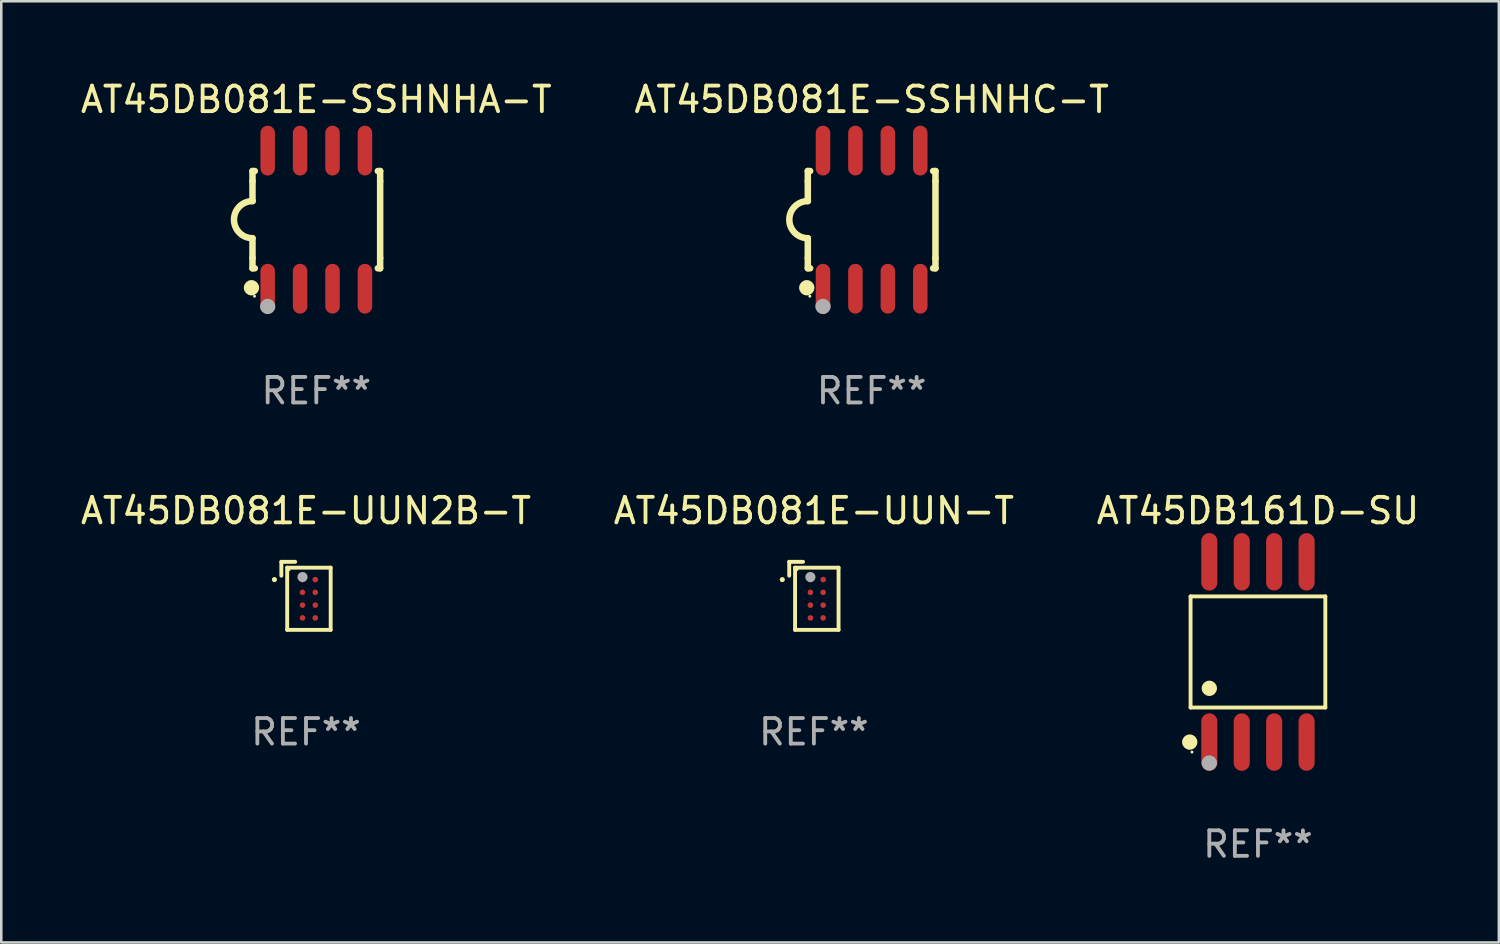
<source format=kicad_pcb>
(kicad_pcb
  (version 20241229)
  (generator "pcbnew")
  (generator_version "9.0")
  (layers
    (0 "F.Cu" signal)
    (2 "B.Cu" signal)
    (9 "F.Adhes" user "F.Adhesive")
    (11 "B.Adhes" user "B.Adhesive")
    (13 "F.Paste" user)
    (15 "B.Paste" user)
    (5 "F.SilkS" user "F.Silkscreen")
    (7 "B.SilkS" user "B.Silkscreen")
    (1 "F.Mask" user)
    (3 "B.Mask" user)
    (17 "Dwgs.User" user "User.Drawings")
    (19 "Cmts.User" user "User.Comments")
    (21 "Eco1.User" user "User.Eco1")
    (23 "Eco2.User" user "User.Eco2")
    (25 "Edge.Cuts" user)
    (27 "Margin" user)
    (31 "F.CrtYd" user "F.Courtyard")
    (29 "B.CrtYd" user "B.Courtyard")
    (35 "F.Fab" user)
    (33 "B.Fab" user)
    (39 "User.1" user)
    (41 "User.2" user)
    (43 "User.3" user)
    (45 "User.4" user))
  (footprint "AT45DB081E-UUN-T"
    (layer "F.Cu")
    (at 28.827 20.287)
    (property "Reference" "AT45DB081E-UUN-T" (at 0 -3.332 0) (layer "F.SilkS") (effects (font (size 1 1) (thickness 0.15))))
    (attr through_hole)
    (fp_line (start -0.966 -1.332) (end -0.424 -1.332) (stroke (width 0.152) (type solid)) (layer "F.SilkS"))
    (fp_line (start -0.966 -0.79) (end -0.966 -1.332) (stroke (width 0.152) (type solid)) (layer "F.SilkS"))
    (fp_line (start -0.737 -1.104) (end 0.966 -1.104) (stroke (width 0.152) (type solid)) (layer "F.SilkS"))
    (fp_line (start -0.737 1.332) (end -0.737 -1.104) (stroke (width 0.152) (type solid)) (layer "F.SilkS"))
    (fp_line (start 0.966 -1.104) (end 0.966 1.332) (stroke (width 0.152) (type solid)) (layer "F.SilkS"))
    (fp_line (start 0.966 1.332) (end -0.737 1.332) (stroke (width 0.152) (type solid)) (layer "F.SilkS"))
    (fp_circle (center -1.237 -0.636) (end -1.187 -0.636) (stroke (width 0.1) (type solid)) (fill no) (layer "F.SilkS"))
    (fp_circle (center -0.661 -1.028) (end -0.631 -1.028) (stroke (width 0.06) (type solid)) (fill no) (layer "F.SilkS"))
    (fp_circle (center -0.136 -0.736) (end -0.036 -0.736) (stroke (width 0.2) (type solid)) (fill no) (layer "F.Fab"))
    (fp_text user "REF**" (at 0 5.332 0) (layer "F.Fab") (effects (font (size 1 1) (thickness 0.15))))
    (pad "A1" smd circle (at -0.136 -0.636) (size 0.22 0.22) (layers "F.Cu" "F.Mask" "F.Paste"))
    (pad "A2" smd circle (at 0.364 -0.636) (size 0.22 0.22) (layers "F.Cu" "F.Mask" "F.Paste"))
    (pad "B1" smd circle (at -0.136 -0.136) (size 0.22 0.22) (layers "F.Cu" "F.Mask" "F.Paste"))
    (pad "B2" smd circle (at 0.364 -0.136) (size 0.22 0.22) (layers "F.Cu" "F.Mask" "F.Paste"))
    (pad "C1" smd circle (at -0.136 0.364) (size 0.22 0.22) (layers "F.Cu" "F.Mask" "F.Paste"))
    (pad "C2" smd circle (at 0.364 0.364) (size 0.22 0.22) (layers "F.Cu" "F.Mask" "F.Paste"))
    (pad "D1" smd circle (at -0.136 0.864) (size 0.22 0.22) (layers "F.Cu" "F.Mask" "F.Paste"))
    (pad "D2" smd circle (at 0.364 0.864) (size 0.22 0.22) (layers "F.Cu" "F.Mask" "F.Paste")))
  (footprint "AT45DB081E-SSHNHA-T"
    (layer "F.Cu")
    (at 9.339 5.553)
    (property "Reference" "AT45DB081E-SSHNHA-T" (at 0 -4.705 0) (layer "F.SilkS") (effects (font (size 1 1) (thickness 0.15))))
    (attr through_hole)
    (fp_line (start -2.5 -1.905) (end -2.409 -1.905) (stroke (width 0.254) (type solid)) (layer "F.SilkS"))
    (fp_line (start -2.5 -1.5) (end -2.5 -1.905) (stroke (width 0.254) (type solid)) (layer "F.SilkS"))
    (fp_line (start -2.5 -1.5) (end -2.5 -0.726) (stroke (width 0.254) (type solid)) (layer "F.SilkS"))
    (fp_line (start -2.5 1.5) (end -2.5 0.727) (stroke (width 0.254) (type solid)) (layer "F.SilkS"))
    (fp_line (start -2.5 1.5) (end -2.5 1.905) (stroke (width 0.254) (type solid)) (layer "F.SilkS"))
    (fp_line (start -2.5 1.905) (end -2.409 1.905) (stroke (width 0.254) (type solid)) (layer "F.SilkS"))
    (fp_line (start 2.5 -1.905) (end 2.409 -1.905) (stroke (width 0.254) (type solid)) (layer "F.SilkS"))
    (fp_line (start 2.5 -1.5) (end 2.5 -1.905) (stroke (width 0.254) (type solid)) (layer "F.SilkS"))
    (fp_line (start 2.5 -1.5) (end 2.5 1.5) (stroke (width 0.254) (type solid)) (layer "F.SilkS"))
    (fp_line (start 2.5 1.5) (end 2.5 1.905) (stroke (width 0.254) (type solid)) (layer "F.SilkS"))
    (fp_line (start 2.5 1.905) (end 2.409 1.905) (stroke (width 0.254) (type solid)) (layer "F.SilkS"))
    (fp_arc (start -2.5 0.726568) (mid -3.220316 -0.0023) (end -2.495097 -0.726289) (stroke (width 0.254001) (type solid)) (layer "F.SilkS"))
    (fp_circle (center -2.54 2.667) (end -2.39 2.667) (stroke (width 0.3) (type solid)) (fill no) (layer "F.SilkS"))
    (fp_circle (center -2.42 3) (end -2.39 3) (stroke (width 0.06) (type solid)) (fill no) (layer "F.SilkS"))
    (fp_circle (center -1.905 3.4) (end -1.755 3.4) (stroke (width 0.3) (type solid)) (fill no) (layer "F.Fab"))
    (fp_text user "REF**" (at 0 6.705 0) (layer "F.Fab") (effects (font (size 1 1) (thickness 0.15))))
    (pad "1" smd oval (at -1.905 2.705) (size 0.568 1.95) (layers "F.Cu" "F.Mask" "F.Paste"))
    (pad "2" smd oval (at -0.635 2.705) (size 0.568 1.95) (layers "F.Cu" "F.Mask" "F.Paste"))
    (pad "3" smd oval (at 0.635 2.705) (size 0.568 1.95) (layers "F.Cu" "F.Mask" "F.Paste"))
    (pad "4" smd oval (at 1.905 2.705) (size 0.568 1.95) (layers "F.Cu" "F.Mask" "F.Paste"))
    (pad "5" smd oval (at 1.905 -2.705) (size 0.568 1.95) (layers "F.Cu" "F.Mask" "F.Paste"))
    (pad "6" smd oval (at 0.635 -2.705) (size 0.568 1.95) (layers "F.Cu" "F.Mask" "F.Paste"))
    (pad "7" smd oval (at -0.635 -2.705) (size 0.568 1.95) (layers "F.Cu" "F.Mask" "F.Paste"))
    (pad "8" smd oval (at -1.905 -2.705) (size 0.568 1.95) (layers "F.Cu" "F.Mask" "F.Paste")))
  (footprint "AT45DB161D-SU"
    (layer "F.Cu")
    (at 46.22 22.485)
    (property "Reference" "AT45DB161D-SU" (at 0 -5.53 0) (layer "F.SilkS") (effects (font (size 1 1) (thickness 0.15))))
    (attr through_hole)
    (fp_line (start -2.639 -2.176) (end 2.639 -2.176) (stroke (width 0.152) (type solid)) (layer "F.SilkS"))
    (fp_line (start -2.639 2.176) (end -2.639 -2.176) (stroke (width 0.152) (type solid)) (layer "F.SilkS"))
    (fp_line (start 2.639 -2.176) (end 2.639 2.176) (stroke (width 0.152) (type solid)) (layer "F.SilkS"))
    (fp_line (start 2.639 2.176) (end -2.639 2.176) (stroke (width 0.152) (type solid)) (layer "F.SilkS"))
    (fp_circle (center -2.672 3.53) (end -2.522 3.53) (stroke (width 0.3) (type solid)) (fill no) (layer "F.SilkS"))
    (fp_circle (center -2.585 3.92) (end -2.555 3.92) (stroke (width 0.06) (type solid)) (fill no) (layer "F.SilkS"))
    (fp_circle (center -1.905 1.424) (end -1.755 1.424) (stroke (width 0.3) (type solid)) (fill no) (layer "F.SilkS"))
    (fp_circle (center -1.905 4.35) (end -1.755 4.35) (stroke (width 0.3) (type solid)) (fill no) (layer "F.Fab"))
    (fp_text user "REF**" (at 0 7.53 0) (layer "F.Fab") (effects (font (size 1 1) (thickness 0.15))))
    (pad "1" smd oval (at -1.905 3.53) (size 0.63 2.25) (layers "F.Cu" "F.Mask" "F.Paste"))
    (pad "2" smd oval (at -0.635 3.53) (size 0.63 2.25) (layers "F.Cu" "F.Mask" "F.Paste"))
    (pad "3" smd oval (at 0.635 3.53) (size 0.63 2.25) (layers "F.Cu" "F.Mask" "F.Paste"))
    (pad "4" smd oval (at 1.905 3.53) (size 0.63 2.25) (layers "F.Cu" "F.Mask" "F.Paste"))
    (pad "5" smd oval (at 1.905 -3.53) (size 0.63 2.25) (layers "F.Cu" "F.Mask" "F.Paste"))
    (pad "6" smd oval (at 0.635 -3.53) (size 0.63 2.25) (layers "F.Cu" "F.Mask" "F.Paste"))
    (pad "7" smd oval (at -0.635 -3.53) (size 0.63 2.25) (layers "F.Cu" "F.Mask" "F.Paste"))
    (pad "8" smd oval (at -1.905 -3.53) (size 0.63 2.25) (layers "F.Cu" "F.Mask" "F.Paste")))
  (footprint "AT45DB081E-UUN2B-T"
    (layer "F.Cu")
    (at 8.935 20.287)
    (property "Reference" "AT45DB081E-UUN2B-T" (at 0 -3.332 0) (layer "F.SilkS") (effects (font (size 1 1) (thickness 0.15))))
    (attr through_hole)
    (fp_line (start -0.966 -1.332) (end -0.424 -1.332) (stroke (width 0.152) (type solid)) (layer "F.SilkS"))
    (fp_line (start -0.966 -0.79) (end -0.966 -1.332) (stroke (width 0.152) (type solid)) (layer "F.SilkS"))
    (fp_line (start -0.737 -1.104) (end 0.966 -1.104) (stroke (width 0.152) (type solid)) (layer "F.SilkS"))
    (fp_line (start -0.737 1.332) (end -0.737 -1.104) (stroke (width 0.152) (type solid)) (layer "F.SilkS"))
    (fp_line (start 0.966 -1.104) (end 0.966 1.332) (stroke (width 0.152) (type solid)) (layer "F.SilkS"))
    (fp_line (start 0.966 1.332) (end -0.737 1.332) (stroke (width 0.152) (type solid)) (layer "F.SilkS"))
    (fp_circle (center -1.237 -0.636) (end -1.187 -0.636) (stroke (width 0.1) (type solid)) (fill no) (layer "F.SilkS"))
    (fp_circle (center -0.661 -1.028) (end -0.631 -1.028) (stroke (width 0.06) (type solid)) (fill no) (layer "F.SilkS"))
    (fp_circle (center -0.136 -0.736) (end -0.036 -0.736) (stroke (width 0.2) (type solid)) (fill no) (layer "F.Fab"))
    (fp_text user "REF**" (at 0 5.332 0) (layer "F.Fab") (effects (font (size 1 1) (thickness 0.15))))
    (pad "A1" smd circle (at -0.136 -0.636) (size 0.22 0.22) (layers "F.Cu" "F.Mask" "F.Paste"))
    (pad "A2" smd circle (at 0.364 -0.636) (size 0.22 0.22) (layers "F.Cu" "F.Mask" "F.Paste"))
    (pad "B1" smd circle (at -0.136 -0.136) (size 0.22 0.22) (layers "F.Cu" "F.Mask" "F.Paste"))
    (pad "B2" smd circle (at 0.364 -0.136) (size 0.22 0.22) (layers "F.Cu" "F.Mask" "F.Paste"))
    (pad "C1" smd circle (at -0.136 0.364) (size 0.22 0.22) (layers "F.Cu" "F.Mask" "F.Paste"))
    (pad "C2" smd circle (at 0.364 0.364) (size 0.22 0.22) (layers "F.Cu" "F.Mask" "F.Paste"))
    (pad "D1" smd circle (at -0.136 0.864) (size 0.22 0.22) (layers "F.Cu" "F.Mask" "F.Paste"))
    (pad "D2" smd circle (at 0.364 0.864) (size 0.22 0.22) (layers "F.Cu" "F.Mask" "F.Paste")))
  (footprint "AT45DB081E-SSHNHC-T"
    (layer "F.Cu")
    (at 31.089 5.553)
    (property "Reference" "AT45DB081E-SSHNHC-T" (at 0 -4.705 0) (layer "F.SilkS") (effects (font (size 1 1) (thickness 0.15))))
    (attr through_hole)
    (fp_line (start -2.5 -1.905) (end -2.409 -1.905) (stroke (width 0.254) (type solid)) (layer "F.SilkS"))
    (fp_line (start -2.5 -1.5) (end -2.5 -1.905) (stroke (width 0.254) (type solid)) (layer "F.SilkS"))
    (fp_line (start -2.5 -1.5) (end -2.5 -0.726) (stroke (width 0.254) (type solid)) (layer "F.SilkS"))
    (fp_line (start -2.5 1.5) (end -2.5 0.727) (stroke (width 0.254) (type solid)) (layer "F.SilkS"))
    (fp_line (start -2.5 1.5) (end -2.5 1.905) (stroke (width 0.254) (type solid)) (layer "F.SilkS"))
    (fp_line (start -2.5 1.905) (end -2.409 1.905) (stroke (width 0.254) (type solid)) (layer "F.SilkS"))
    (fp_line (start 2.5 -1.905) (end 2.409 -1.905) (stroke (width 0.254) (type solid)) (layer "F.SilkS"))
    (fp_line (start 2.5 -1.5) (end 2.5 -1.905) (stroke (width 0.254) (type solid)) (layer "F.SilkS"))
    (fp_line (start 2.5 -1.5) (end 2.5 1.5) (stroke (width 0.254) (type solid)) (layer "F.SilkS"))
    (fp_line (start 2.5 1.5) (end 2.5 1.905) (stroke (width 0.254) (type solid)) (layer "F.SilkS"))
    (fp_line (start 2.5 1.905) (end 2.409 1.905) (stroke (width 0.254) (type solid)) (layer "F.SilkS"))
    (fp_arc (start -2.5 0.726568) (mid -3.220316 -0.0023) (end -2.495097 -0.726289) (stroke (width 0.254001) (type solid)) (layer "F.SilkS"))
    (fp_circle (center -2.54 2.667) (end -2.39 2.667) (stroke (width 0.3) (type solid)) (fill no) (layer "F.SilkS"))
    (fp_circle (center -2.42 3) (end -2.39 3) (stroke (width 0.06) (type solid)) (fill no) (layer "F.SilkS"))
    (fp_circle (center -1.905 3.4) (end -1.755 3.4) (stroke (width 0.3) (type solid)) (fill no) (layer "F.Fab"))
    (fp_text user "REF**" (at 0 6.705 0) (layer "F.Fab") (effects (font (size 1 1) (thickness 0.15))))
    (pad "1" smd oval (at -1.905 2.705) (size 0.568 1.95) (layers "F.Cu" "F.Mask" "F.Paste"))
    (pad "2" smd oval (at -0.635 2.705) (size 0.568 1.95) (layers "F.Cu" "F.Mask" "F.Paste"))
    (pad "3" smd oval (at 0.635 2.705) (size 0.568 1.95) (layers "F.Cu" "F.Mask" "F.Paste"))
    (pad "4" smd oval (at 1.905 2.705) (size 0.568 1.95) (layers "F.Cu" "F.Mask" "F.Paste"))
    (pad "5" smd oval (at 1.905 -2.705) (size 0.568 1.95) (layers "F.Cu" "F.Mask" "F.Paste"))
    (pad "6" smd oval (at 0.635 -2.705) (size 0.568 1.95) (layers "F.Cu" "F.Mask" "F.Paste"))
    (pad "7" smd oval (at -0.635 -2.705) (size 0.568 1.95) (layers "F.Cu" "F.Mask" "F.Paste"))
    (pad "8" smd oval (at -1.905 -2.705) (size 0.568 1.95) (layers "F.Cu" "F.Mask" "F.Paste")))
  (gr_rect
    (start -3 -3)
    (end 55.655 33.863)
    (stroke (width 0.1) (type default))
    (fill no)
    (layer "Edge.Cuts")))
</source>
